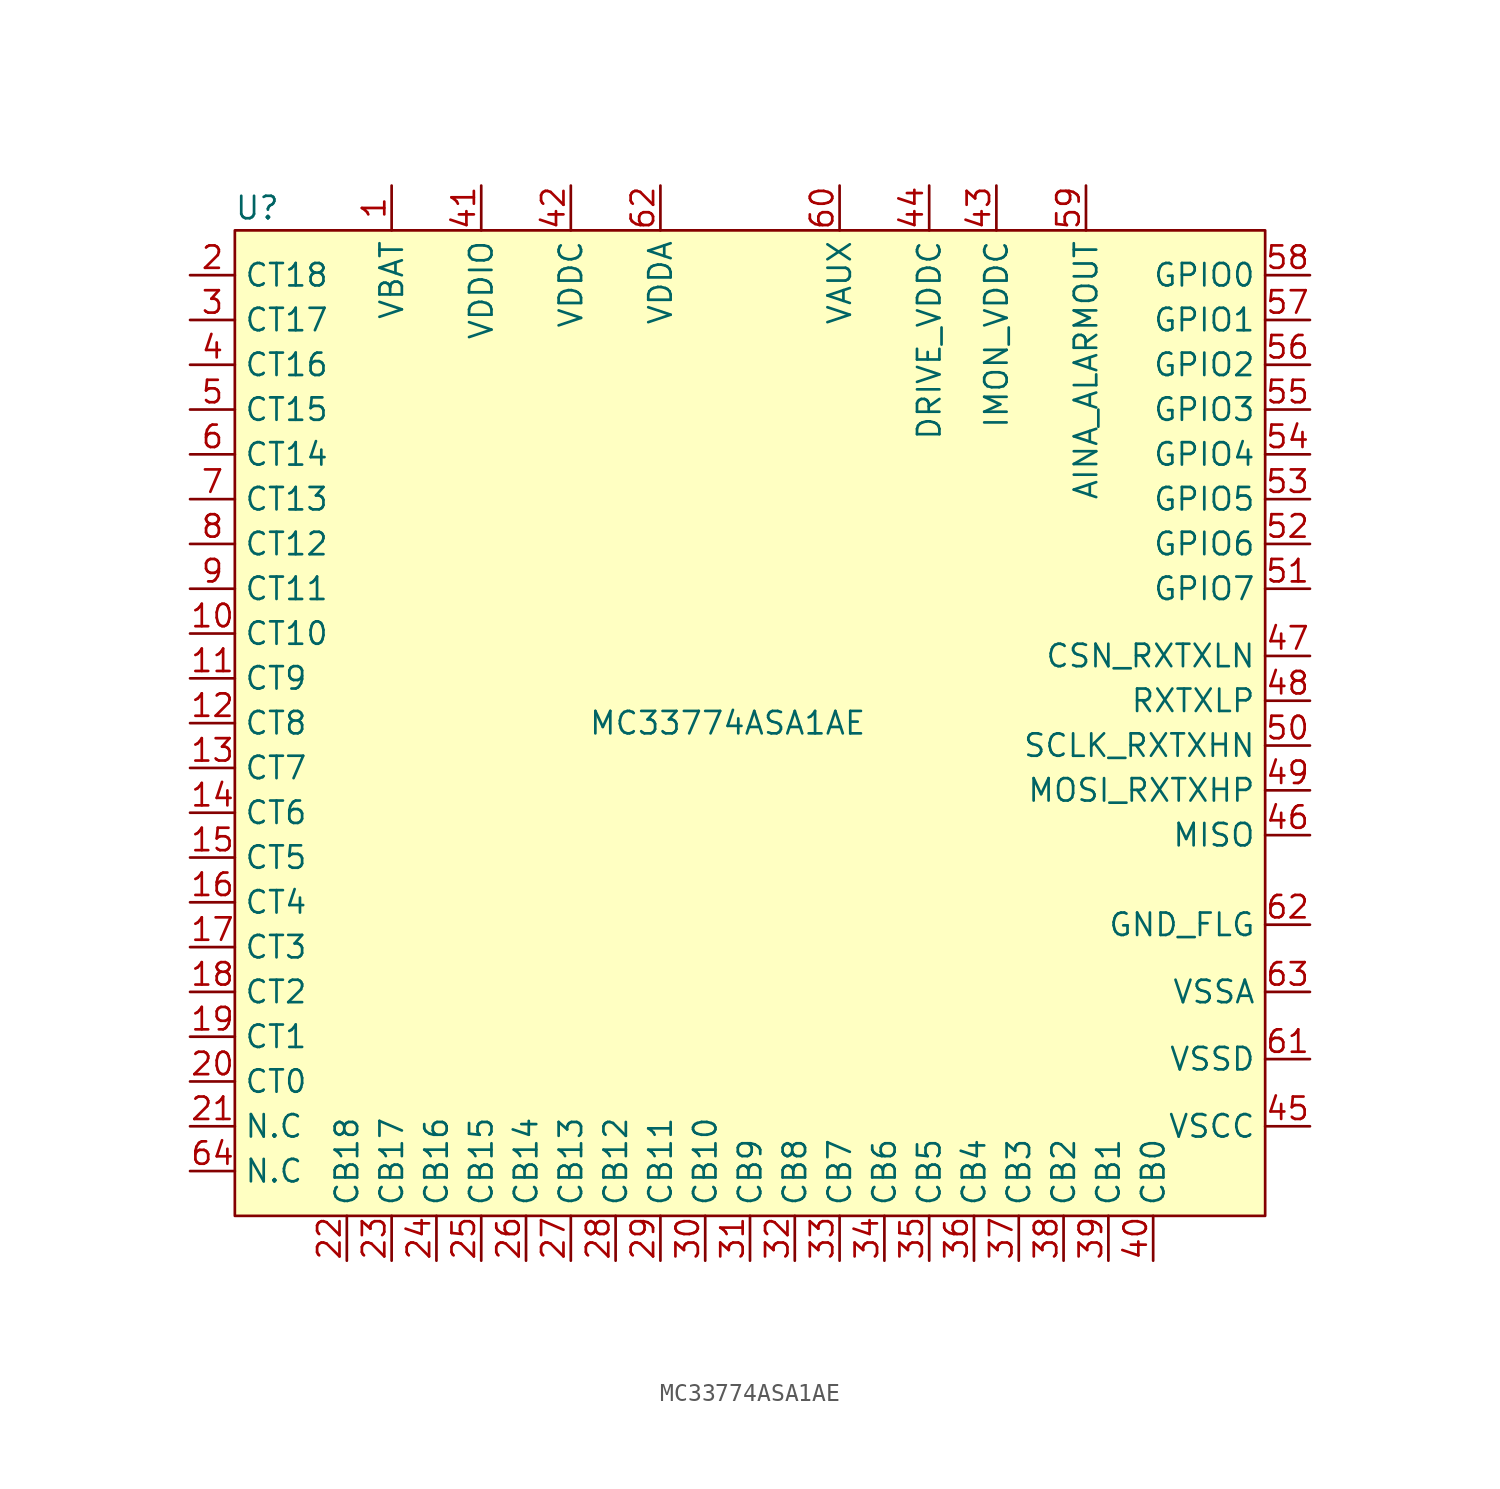
<source format=kicad_sym>
(kicad_symbol_lib
  (version 20220914)
  (generator kicad_symbol_editor)
  (symbol "MC33774ASA1AE"
    (property "Reference" "U"
      (at -27.94 29.21 0)
      (effects (font (size 1.27 1.27))))
    (property "Value" "MC33774ASA1AE"
      (at -1.27 0 0)
      (effects (font (size 1.27 1.27))))
    (symbol "MC33774ASA1AE_1_1"
      (rectangle (start -29.21 27.94) (end 29.21 -27.94) (stroke (width 0) (type default)) (fill (type background)))
      (pin power_in line (at -20.32 30.48 270) (length 2.54) (name "VBAT" (effects (font (size 1.27 1.27)))) (number "1" (effects (font (size 1.27 1.27)))))
      (pin power_in line (at -31.75 5.08 0) (length 2.54) (name "CT10" (effects (font (size 1.27 1.27)))) (number "10" (effects (font (size 1.27 1.27)))))
      (pin power_in line (at -31.75 2.54 0) (length 2.54) (name "CT9" (effects (font (size 1.27 1.27)))) (number "11" (effects (font (size 1.27 1.27)))))
      (pin power_in line (at -31.75 0 0) (length 2.54) (name "CT8" (effects (font (size 1.27 1.27)))) (number "12" (effects (font (size 1.27 1.27)))))
      (pin power_in line (at -31.75 -2.54 0) (length 2.54) (name "CT7" (effects (font (size 1.27 1.27)))) (number "13" (effects (font (size 1.27 1.27)))))
      (pin power_in line (at -31.75 -5.08 0) (length 2.54) (name "CT6" (effects (font (size 1.27 1.27)))) (number "14" (effects (font (size 1.27 1.27)))))
      (pin power_in line (at -31.75 -7.62 0) (length 2.54) (name "CT5" (effects (font (size 1.27 1.27)))) (number "15" (effects (font (size 1.27 1.27)))))
      (pin power_in line (at -31.75 -10.16 0) (length 2.54) (name "CT4" (effects (font (size 1.27 1.27)))) (number "16" (effects (font (size 1.27 1.27)))))
      (pin power_in line (at -31.75 -12.7 0) (length 2.54) (name "CT3" (effects (font (size 1.27 1.27)))) (number "17" (effects (font (size 1.27 1.27)))))
      (pin power_in line (at -31.75 -15.24 0) (length 2.54) (name "CT2" (effects (font (size 1.27 1.27)))) (number "18" (effects (font (size 1.27 1.27)))))
      (pin power_in line (at -31.75 -17.78 0) (length 2.54) (name "CT1" (effects (font (size 1.27 1.27)))) (number "19" (effects (font (size 1.27 1.27)))))
      (pin power_in line (at -31.75 25.4 0) (length 2.54) (name "CT18" (effects (font (size 1.27 1.27)))) (number "2" (effects (font (size 1.27 1.27)))))
      (pin power_in line (at -31.75 -20.32 0) (length 2.54) (name "CT0" (effects (font (size 1.27 1.27)))) (number "20" (effects (font (size 1.27 1.27)))))
      (pin power_in line (at -31.75 -22.86 0) (length 2.54) (name "N.C" (effects (font (size 1.27 1.27)))) (number "21" (effects (font (size 1.27 1.27)))))
      (pin power_in line (at -22.86 -30.48 90) (length 2.54) (name "CB18" (effects (font (size 1.27 1.27)))) (number "22" (effects (font (size 1.27 1.27)))))
      (pin power_in line (at -20.32 -30.48 90) (length 2.54) (name "CB17" (effects (font (size 1.27 1.27)))) (number "23" (effects (font (size 1.27 1.27)))))
      (pin power_in line (at -17.78 -30.48 90) (length 2.54) (name "CB16" (effects (font (size 1.27 1.27)))) (number "24" (effects (font (size 1.27 1.27)))))
      (pin power_in line (at -15.24 -30.48 90) (length 2.54) (name "CB15" (effects (font (size 1.27 1.27)))) (number "25" (effects (font (size 1.27 1.27)))))
      (pin power_in line (at -12.7 -30.48 90) (length 2.54) (name "CB14" (effects (font (size 1.27 1.27)))) (number "26" (effects (font (size 1.27 1.27)))))
      (pin power_in line (at -10.16 -30.48 90) (length 2.54) (name "CB13" (effects (font (size 1.27 1.27)))) (number "27" (effects (font (size 1.27 1.27)))))
      (pin power_in line (at -7.62 -30.48 90) (length 2.54) (name "CB12" (effects (font (size 1.27 1.27)))) (number "28" (effects (font (size 1.27 1.27)))))
      (pin power_in line (at -5.08 -30.48 90) (length 2.54) (name "CB11" (effects (font (size 1.27 1.27)))) (number "29" (effects (font (size 1.27 1.27)))))
      (pin power_in line (at -31.75 22.86 0) (length 2.54) (name "CT17" (effects (font (size 1.27 1.27)))) (number "3" (effects (font (size 1.27 1.27)))))
      (pin power_in line (at -2.54 -30.48 90) (length 2.54) (name "CB10" (effects (font (size 1.27 1.27)))) (number "30" (effects (font (size 1.27 1.27)))))
      (pin power_in line (at 0 -30.48 90) (length 2.54) (name "CB9" (effects (font (size 1.27 1.27)))) (number "31" (effects (font (size 1.27 1.27)))))
      (pin power_in line (at 2.54 -30.48 90) (length 2.54) (name "CB8" (effects (font (size 1.27 1.27)))) (number "32" (effects (font (size 1.27 1.27)))))
      (pin power_in line (at 5.08 -30.48 90) (length 2.54) (name "CB7" (effects (font (size 1.27 1.27)))) (number "33" (effects (font (size 1.27 1.27)))))
      (pin power_in line (at 7.62 -30.48 90) (length 2.54) (name "CB6" (effects (font (size 1.27 1.27)))) (number "34" (effects (font (size 1.27 1.27)))))
      (pin power_in line (at 10.16 -30.48 90) (length 2.54) (name "CB5" (effects (font (size 1.27 1.27)))) (number "35" (effects (font (size 1.27 1.27)))))
      (pin power_in line (at 12.7 -30.48 90) (length 2.54) (name "CB4" (effects (font (size 1.27 1.27)))) (number "36" (effects (font (size 1.27 1.27)))))
      (pin power_in line (at 15.24 -30.48 90) (length 2.54) (name "CB3" (effects (font (size 1.27 1.27)))) (number "37" (effects (font (size 1.27 1.27)))))
      (pin power_in line (at 17.78 -30.48 90) (length 2.54) (name "CB2" (effects (font (size 1.27 1.27)))) (number "38" (effects (font (size 1.27 1.27)))))
      (pin power_in line (at 20.32 -30.48 90) (length 2.54) (name "CB1" (effects (font (size 1.27 1.27)))) (number "39" (effects (font (size 1.27 1.27)))))
      (pin power_in line (at -31.75 20.32 0) (length 2.54) (name "CT16" (effects (font (size 1.27 1.27)))) (number "4" (effects (font (size 1.27 1.27)))))
      (pin power_in line (at 22.86 -30.48 90) (length 2.54) (name "CB0" (effects (font (size 1.27 1.27)))) (number "40" (effects (font (size 1.27 1.27)))))
      (pin power_in line (at -15.24 30.48 270) (length 2.54) (name "VDDIO" (effects (font (size 1.27 1.27)))) (number "41" (effects (font (size 1.27 1.27)))))
      (pin power_in line (at -10.16 30.48 270) (length 2.54) (name "VDDC" (effects (font (size 1.27 1.27)))) (number "42" (effects (font (size 1.27 1.27)))))
      (pin power_out line (at 13.97 30.48 270) (length 2.54) (name "IMON_VDDC" (effects (font (size 1.27 1.27)))) (number "43" (effects (font (size 1.27 1.27)))))
      (pin power_out line (at 10.16 30.48 270) (length 2.54) (name "DRIVE_VDDC" (effects (font (size 1.27 1.27)))) (number "44" (effects (font (size 1.27 1.27)))))
      (pin power_out line (at 31.75 -22.86 180) (length 2.54) (name "VSCC" (effects (font (size 1.27 1.27)))) (number "45" (effects (font (size 1.27 1.27)))))
      (pin bidirectional line (at 31.75 -6.35 180) (length 2.54) (name "MISO" (effects (font (size 1.27 1.27)))) (number "46" (effects (font (size 1.27 1.27)))))
      (pin bidirectional line (at 31.75 3.81 180) (length 2.54) (name "CSN_RXTXLN" (effects (font (size 1.27 1.27)))) (number "47" (effects (font (size 1.27 1.27)))))
      (pin bidirectional line (at 31.75 1.27 180) (length 2.54) (name "RXTXLP" (effects (font (size 1.27 1.27)))) (number "48" (effects (font (size 1.27 1.27)))))
      (pin bidirectional line (at 31.75 -3.81 180) (length 2.54) (name "MOSI_RXTXHP" (effects (font (size 1.27 1.27)))) (number "49" (effects (font (size 1.27 1.27)))))
      (pin power_in line (at -31.75 17.78 0) (length 2.54) (name "CT15" (effects (font (size 1.27 1.27)))) (number "5" (effects (font (size 1.27 1.27)))))
      (pin bidirectional line (at 31.75 -1.27 180) (length 2.54) (name "SCLK_RXTXHN" (effects (font (size 1.27 1.27)))) (number "50" (effects (font (size 1.27 1.27)))))
      (pin bidirectional line (at 31.75 7.62 180) (length 2.54) (name "GPIO7" (effects (font (size 1.27 1.27)))) (number "51" (effects (font (size 1.27 1.27)))))
      (pin bidirectional line (at 31.75 10.16 180) (length 2.54) (name "GPIO6" (effects (font (size 1.27 1.27)))) (number "52" (effects (font (size 1.27 1.27)))))
      (pin bidirectional line (at 31.75 12.7 180) (length 2.54) (name "GPIO5" (effects (font (size 1.27 1.27)))) (number "53" (effects (font (size 1.27 1.27)))))
      (pin bidirectional line (at 31.75 15.24 180) (length 2.54) (name "GPIO4" (effects (font (size 1.27 1.27)))) (number "54" (effects (font (size 1.27 1.27)))))
      (pin bidirectional line (at 31.75 17.78 180) (length 2.54) (name "GPIO3" (effects (font (size 1.27 1.27)))) (number "55" (effects (font (size 1.27 1.27)))))
      (pin bidirectional line (at 31.75 20.32 180) (length 2.54) (name "GPIO2" (effects (font (size 1.27 1.27)))) (number "56" (effects (font (size 1.27 1.27)))))
      (pin bidirectional line (at 31.75 22.86 180) (length 2.54) (name "GPIO1" (effects (font (size 1.27 1.27)))) (number "57" (effects (font (size 1.27 1.27)))))
      (pin bidirectional line (at 31.75 25.4 180) (length 2.54) (name "GPIO0" (effects (font (size 1.27 1.27)))) (number "58" (effects (font (size 1.27 1.27)))))
      (pin power_out line (at 19.05 30.48 270) (length 2.54) (name "AINA_ALARMOUT" (effects (font (size 1.27 1.27)))) (number "59" (effects (font (size 1.27 1.27)))))
      (pin power_in line (at -31.75 15.24 0) (length 2.54) (name "CT14" (effects (font (size 1.27 1.27)))) (number "6" (effects (font (size 1.27 1.27)))))
      (pin power_out line (at 5.08 30.48 270) (length 2.54) (name "VAUX" (effects (font (size 1.27 1.27)))) (number "60" (effects (font (size 1.27 1.27)))))
      (pin power_out line (at 31.75 -19.05 180) (length 2.54) (name "VSSD" (effects (font (size 1.27 1.27)))) (number "61" (effects (font (size 1.27 1.27)))))
      (pin power_out line (at 31.75 -11.43 180) (length 2.54) (name "GND_FLG" (effects (font (size 1.27 1.27)))) (number "62" (effects (font (size 1.27 1.27)))))
      (pin power_in line (at -5.08 30.48 270) (length 2.54) (name "VDDA" (effects (font (size 1.27 1.27)))) (number "62" (effects (font (size 1.27 1.27)))))
      (pin power_out line (at 31.75 -15.24 180) (length 2.54) (name "VSSA" (effects (font (size 1.27 1.27)))) (number "63" (effects (font (size 1.27 1.27)))))
      (pin bidirectional line (at -31.75 -25.4 0) (length 2.54) (name "N.C" (effects (font (size 1.27 1.27)))) (number "64" (effects (font (size 1.27 1.27)))))
      (pin power_in line (at -31.75 12.7 0) (length 2.54) (name "CT13" (effects (font (size 1.27 1.27)))) (number "7" (effects (font (size 1.27 1.27)))))
      (pin power_in line (at -31.75 10.16 0) (length 2.54) (name "CT12" (effects (font (size 1.27 1.27)))) (number "8" (effects (font (size 1.27 1.27)))))
      (pin power_in line (at -31.75 7.62 0) (length 2.54) (name "CT11" (effects (font (size 1.27 1.27)))) (number "9" (effects (font (size 1.27 1.27))))))))
</source>
